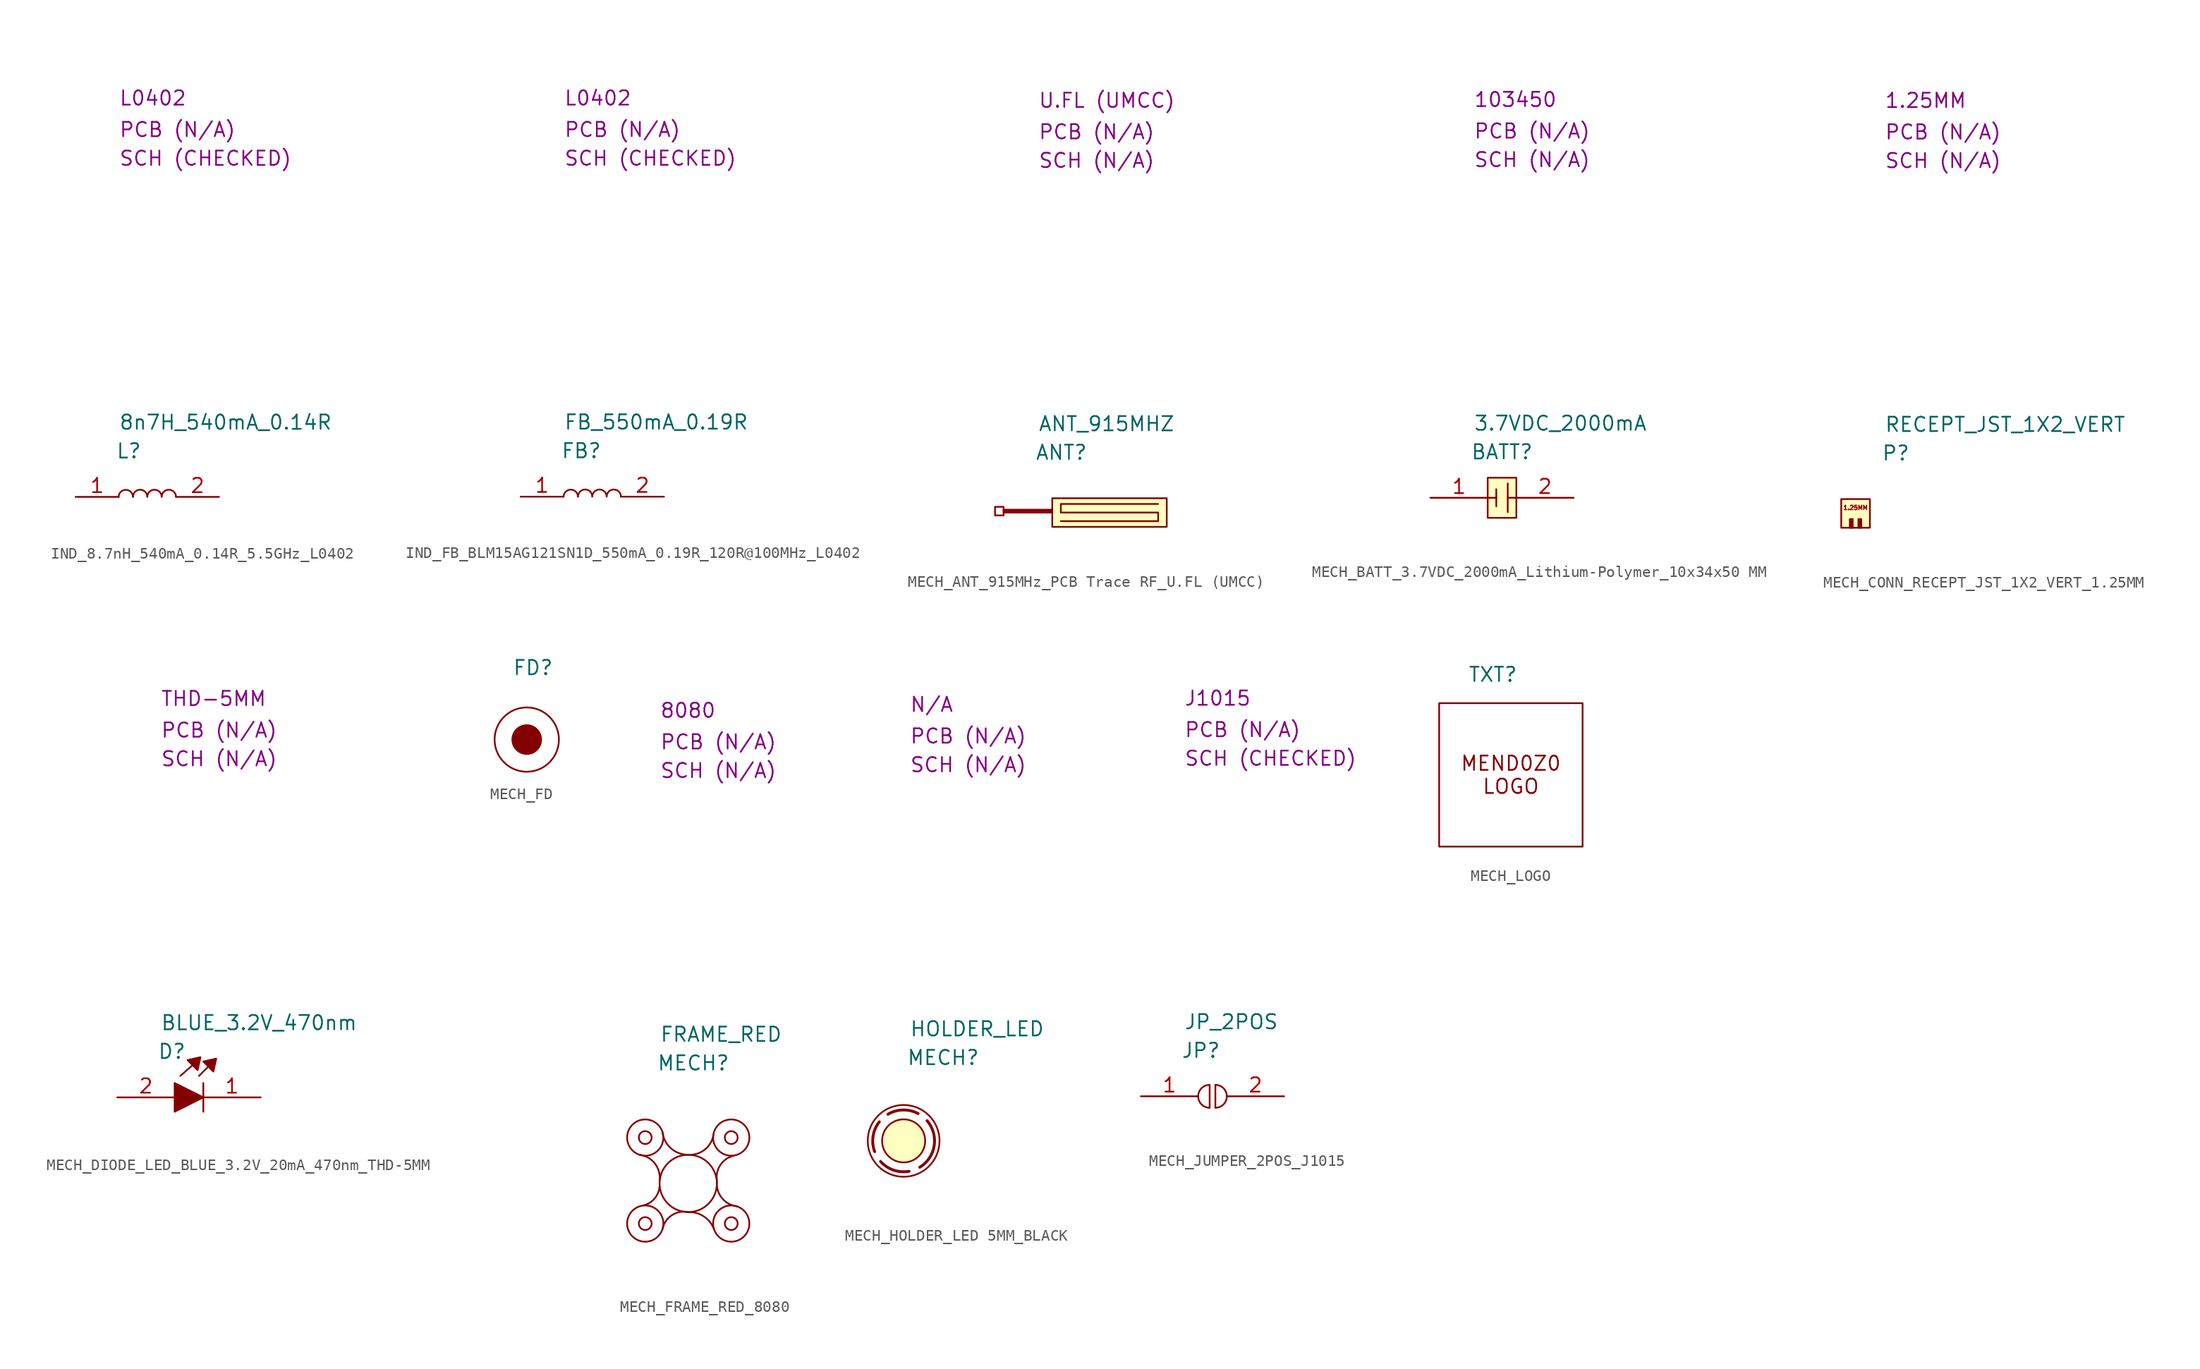
<source format=kicad_sym>
(kicad_symbol_lib
  (version 20231120)
  (generator "kicad_symbol_editor")
  (generator_version "8.0")
  (symbol "IND_8.7nH_540mA_0.14R_5.5GHz_L0402"
    (property "Reference" "L"
      (at 3.556 4.064 0)
      (effects (font (size 1.27 1.27)) (justify left)))
    (property "Value" "8n7H_540mA_0.14R"
      (at 3.81 6.604 0)
      (effects (font (size 1.27 1.27)) (justify left)))
    (property "Package" "L0402"
      (at 3.81 35.306 0)
      (effects (font (size 1.27 1.27)) (justify left)))
    (property "SCH CHECK" "SCH (CHECKED)"
      (at 3.81 29.972 0)
      (effects (font (size 1.27 1.27)) (justify left)))
    (property "PCB CHECK" "PCB (N/A)"
      (at 3.81 32.512 0)
      (effects (font (size 1.27 1.27)) (justify left)))
    (symbol "IND_8.7nH_540mA_0.14R_5.5GHz_L0402_0_1"
      (arc (start 5.08 0) (mid 4.445 0.6238) (end 3.81 0) (stroke (width 0) (type default)) (fill (type none)))
      (arc (start 6.35 0.0113) (mid 5.715 0.6351) (end 5.08 0.0113) (stroke (width 0) (type default)) (fill (type none)))
      (arc (start 7.62 0.0113) (mid 6.985 0.6351) (end 6.35 0.0113) (stroke (width 0) (type default)) (fill (type none)))
      (arc (start 8.89 0.0113) (mid 8.255 0.6351) (end 7.62 0.0113) (stroke (width 0) (type default)) (fill (type none))))
    (symbol "IND_8.7nH_540mA_0.14R_5.5GHz_L0402_1_1"
      (pin passive line (at 0 0 0) (length 3.81) (name "" (effects (font (size 1.27 1.27)))) (number "1" (effects (font (size 1.27 1.27)))))
      (pin passive line (at 12.7 0 180) (length 3.81) (name "" (effects (font (size 1.27 1.27)))) (number "2" (effects (font (size 1.27 1.27)))))))
  (symbol "IND_FB_BLM15AG121SN1D_550mA_0.19R_120R@100MHz_L0402"
    (property "Reference" "FB"
      (at 3.556 4.064 0)
      (effects (font (size 1.27 1.27)) (justify left)))
    (property "Value" "FB_550mA_0.19R"
      (at 3.81 6.604 0)
      (effects (font (size 1.27 1.27)) (justify left)))
    (property "Package" "L0402"
      (at 3.81 35.306 0)
      (effects (font (size 1.27 1.27)) (justify left)))
    (property "SCH CHECK" "SCH (CHECKED)"
      (at 3.81 29.972 0)
      (effects (font (size 1.27 1.27)) (justify left)))
    (property "PCB CHECK" "PCB (N/A)"
      (at 3.81 32.512 0)
      (effects (font (size 1.27 1.27)) (justify left)))
    (symbol "IND_FB_BLM15AG121SN1D_550mA_0.19R_120R@100MHz_L0402_0_1"
      (arc (start 5.08 0) (mid 4.445 0.6238) (end 3.81 0) (stroke (width 0) (type default)) (fill (type none)))
      (arc (start 6.35 0.0113) (mid 5.715 0.6351) (end 5.08 0.0113) (stroke (width 0) (type default)) (fill (type none)))
      (arc (start 7.62 0.0113) (mid 6.985 0.6351) (end 6.35 0.0113) (stroke (width 0) (type default)) (fill (type none)))
      (arc (start 8.89 0.0113) (mid 8.255 0.6351) (end 7.62 0.0113) (stroke (width 0) (type default)) (fill (type none))))
    (symbol "IND_FB_BLM15AG121SN1D_550mA_0.19R_120R@100MHz_L0402_1_1"
      (pin passive line (at 0 0 0) (length 3.81) (name "" (effects (font (size 1.27 1.27)))) (number "1" (effects (font (size 1.27 1.27)))))
      (pin passive line (at 12.7 0 180) (length 3.81) (name "" (effects (font (size 1.27 1.27)))) (number "2" (effects (font (size 1.27 1.27)))))))
  (symbol "MECH_ANT_915MHz_PCB Trace RF_U.FL (UMCC)"
    (property "Reference" "ANT"
      (at 3.556 4.064 0)
      (effects (font (size 1.27 1.27)) (justify left)))
    (property "Value" "ANT_915MHZ"
      (at 3.81 6.604 0)
      (effects (font (size 1.27 1.27)) (justify left)))
    (property "Package" "U.FL (UMCC)"
      (at 3.81 35.306 0)
      (effects (font (size 1.27 1.27)) (justify left)))
    (property "SCH CHECK" "SCH (N/A)"
      (at 3.81 29.972 0)
      (effects (font (size 1.27 1.27)) (justify left)))
    (property "PCB CHECK" "PCB (N/A)"
      (at 3.81 32.512 0)
      (effects (font (size 1.27 1.27)) (justify left)))
    (symbol "MECH_ANT_915MHz_PCB Trace RF_U.FL (UMCC)_1_1"
      (rectangle (start 0 -0.762) (end 0.762 -1.524) (stroke (width 0) (type default)) (fill (type none)))
      (polyline (pts (xy 14.478 -0.508) (xy 5.842 -0.508) (xy 5.842 -1.27) (xy 14.478 -1.27) (xy 14.478 -2.032) (xy 5.842 -2.032)) (stroke (width 0) (type default)) (fill (type none)))
      (rectangle (start 0.762 -1.016) (end 5.08 -1.27) (stroke (width 0) (type default)) (fill (type outline)))
      (rectangle (start 5.08 0) (end 15.24 -2.54) (stroke (width 0) (type default)) (fill (type background)))))
  (symbol "MECH_BATT_3.7VDC_2000mA_Lithium-Polymer_10x34x50 MM"
    (property "Reference" "BATT"
      (at 3.556 4.064 0)
      (effects (font (size 1.27 1.27)) (justify left)))
    (property "Value" "3.7VDC_2000mA"
      (at 3.81 6.604 0)
      (effects (font (size 1.27 1.27)) (justify left)))
    (property "Package" "103450"
      (at 3.81 35.306 0)
      (effects (font (size 1.27 1.27)) (justify left)))
    (property "SCH CHECK" "SCH (N/A)"
      (at 3.81 29.972 0)
      (effects (font (size 1.27 1.27)) (justify left)))
    (property "PCB CHECK" "PCB (N/A)"
      (at 3.81 32.512 0)
      (effects (font (size 1.27 1.27)) (justify left)))
    (symbol "MECH_BATT_3.7VDC_2000mA_Lithium-Polymer_10x34x50 MM_1_1"
      (polyline (pts (xy 5.842 0) (xy 5.08 0)) (stroke (width 0) (type default)) (fill (type none)))
      (polyline (pts (xy 5.842 0.762) (xy 5.842 -0.762)) (stroke (width 0) (type default)) (fill (type none)))
      (polyline (pts (xy 6.858 1.27) (xy 6.858 -1.27)) (stroke (width 0) (type default)) (fill (type none)))
      (polyline (pts (xy 7.62 0) (xy 6.858 0)) (stroke (width 0) (type default)) (fill (type none)))
      (rectangle (start 5.08 1.778) (end 7.62 -1.778) (stroke (width 0) (type default)) (fill (type background)))
      (pin free line (at 0 0 0) (length 5.08) (name "" (effects (font (size 1.27 1.27)))) (number "1" (effects (font (size 1.27 1.27)))))
      (pin free line (at 12.7 0 180) (length 5.08) (name "" (effects (font (size 1.27 1.27)))) (number "2" (effects (font (size 1.27 1.27)))))))
  (symbol "MECH_CONN_RECEPT_JST_1X2_VERT_1.25MM"
    (property "Reference" "P"
      (at 3.556 4.064 0)
      (effects (font (size 1.27 1.27)) (justify left)))
    (property "Value" "RECEPT_JST_1X2_VERT"
      (at 3.81 6.604 0)
      (effects (font (size 1.27 1.27)) (justify left)))
    (property "Package" "1.25MM"
      (at 3.81 35.306 0)
      (effects (font (size 1.27 1.27)) (justify left)))
    (property "SCH CHECK" "SCH (N/A)"
      (at 3.81 29.972 0)
      (effects (font (size 1.27 1.27)) (justify left)))
    (property "PCB CHECK" "PCB (N/A)"
      (at 3.81 32.512 0)
      (effects (font (size 1.27 1.27)) (justify left)))
    (symbol "MECH_CONN_RECEPT_JST_1X2_VERT_1.25MM_1_1"
      (rectangle (start 0 0) (end 2.54 -2.54) (stroke (width 0) (type default)) (fill (type background)))
      (rectangle (start 0.762 -1.778) (end 1.016 -2.54) (stroke (width 0) (type default)) (fill (type outline)))
      (rectangle (start 1.524 -1.778) (end 1.778 -2.54) (stroke (width 0) (type default)) (fill (type outline)))
      (text "1.25MM" (at 1.27 -0.762 0) (effects (font (size 0.381 0.381))))))
  (symbol "MECH_DIODE_LED_BLUE_3.2V_20mA_470nm_THD-5MM"
    (property "Reference" "D"
      (at 3.556 4.064 0)
      (effects (font (size 1.27 1.27)) (justify left)))
    (property "Value" "BLUE_3.2V_470nm"
      (at 3.81 6.604 0)
      (effects (font (size 1.27 1.27)) (justify left)))
    (property "Package" "THD-5MM"
      (at 3.81 35.306 0)
      (effects (font (size 1.27 1.27)) (justify left)))
    (property "SCH CHECK" "SCH (N/A)"
      (at 3.81 29.972 0)
      (effects (font (size 1.27 1.27)) (justify left)))
    (property "PCB CHECK" "PCB (N/A)"
      (at 3.81 32.512 0)
      (effects (font (size 1.27 1.27)) (justify left)))
    (symbol "MECH_DIODE_LED_BLUE_3.2V_20mA_470nm_THD-5MM_0_1"
      (polyline (pts (xy 5.588 1.905) (xy 6.604 2.794)) (stroke (width 0) (type default)) (fill (type none)))
      (polyline (pts (xy 7.239 1.905) (xy 8.001 2.667)) (stroke (width 0) (type default)) (fill (type none)))
      (polyline (pts (xy 7.62 -1.27) (xy 7.62 1.27)) (stroke (width 0) (type default)) (fill (type none)))
      (polyline (pts (xy 5.08 1.27) (xy 5.08 -1.27) (xy 7.62 0) (xy 5.08 1.27)) (stroke (width 0) (type default)) (fill (type outline)))
      (polyline (pts (xy 6.223 3.302) (xy 7.112 2.413) (xy 7.366 3.556) (xy 6.223 3.302)) (stroke (width 0) (type default)) (fill (type outline)))
      (polyline (pts (xy 7.62 3.175) (xy 8.509 2.286) (xy 8.763 3.429) (xy 7.62 3.175)) (stroke (width 0) (type default)) (fill (type outline))))
    (symbol "MECH_DIODE_LED_BLUE_3.2V_20mA_470nm_THD-5MM_1_1"
      (pin free line (at 12.7 0 180) (length 5.08) (name "" (effects (font (size 1.27 1.27)))) (number "1" (effects (font (size 1.27 1.27)))))
      (pin free line (at 0 0 0) (length 5.08) (name "" (effects (font (size 1.27 1.27)))) (number "2" (effects (font (size 1.27 1.27)))))))
  (symbol "MECH_FD"
    (property "Reference" "FD"
      (at 2.54 2.54 0)
      (effects (font (size 1.27 1.27)) (justify left)))
    (property "Value" ""
      (at 0 0 0)
      (effects (font (size 1.27 1.27)) (justify left)))
    (symbol "MECH_FD_0_1"
      (circle (center 3.81 -3.81) (radius 1.27) (stroke (width 0) (type default)) (fill (type outline)))
      (circle (center 3.81 -3.81) (radius 2.84) (stroke (width 0) (type default)) (fill (type none)))))
  (symbol "MECH_FRAME_RED_8080"
    (property "Reference" "MECH"
      (at 3.556 4.064 0)
      (effects (font (size 1.27 1.27)) (justify left)))
    (property "Value" "FRAME_RED"
      (at 3.81 6.604 0)
      (effects (font (size 1.27 1.27)) (justify left)))
    (property "Package" "8080"
      (at 3.81 35.306 0)
      (effects (font (size 1.27 1.27)) (justify left)))
    (property "SCH CHECK" "SCH (N/A)"
      (at 3.81 29.972 0)
      (effects (font (size 1.27 1.27)) (justify left)))
    (property "PCB CHECK" "PCB (N/A)"
      (at 3.81 32.512 0)
      (effects (font (size 1.27 1.27)) (justify left)))
    (symbol "MECH_FRAME_RED_8080_1_1"
      (arc (start 2.3839 -8.5517) (mid 3.3728 -7.9371) (end 3.81 -6.858) (stroke (width 0) (type default)) (fill (type none)))
      (circle (center 2.54 -10.16) (radius 0.568) (stroke (width 0) (type default)) (fill (type none)))
      (circle (center 2.54 -10.16) (radius 1.606) (stroke (width 0) (type default)) (fill (type none)))
      (circle (center 2.54 -2.54) (radius 0.568) (stroke (width 0) (type default)) (fill (type none)))
      (circle (center 2.54 -2.54) (radius 1.606) (stroke (width 0) (type default)) (fill (type none)))
      (arc (start 3.81 -6.35) (mid 3.3944 -4.8388) (end 2.032 -4.064) (stroke (width 0) (type default)) (fill (type none)))
      (arc (start 4.064 -2.032) (mid 4.8144 -3.4897) (end 6.35 -4.064) (stroke (width 0) (type default)) (fill (type none)))
      (arc (start 6.35 -9.144) (mid 4.8879 -9.4273) (end 4.064 -10.668) (stroke (width 0) (type default)) (fill (type none)))
      (circle (center 6.35 -6.604) (radius 2.54) (stroke (width 0) (type default)) (fill (type none)))
      (arc (start 6.35 -4.064) (mid 7.8165 -3.606) (end 8.5898 -2.2785) (stroke (width 0) (type default)) (fill (type none)))
      (arc (start 8.636 -10.668) (mid 7.7411 -9.5339) (end 6.35 -9.144) (stroke (width 0) (type default)) (fill (type none)))
      (arc (start 8.89 -6.35) (mid 9.3056 -7.8612) (end 10.668 -8.636) (stroke (width 0) (type default)) (fill (type none)))
      (circle (center 10.16 -10.16) (radius 0.568) (stroke (width 0) (type default)) (fill (type none)))
      (circle (center 10.16 -10.16) (radius 1.606) (stroke (width 0) (type default)) (fill (type none)))
      (circle (center 10.16 -2.54) (radius 0.568) (stroke (width 0) (type default)) (fill (type none)))
      (circle (center 10.16 -2.54) (radius 1.606) (stroke (width 0) (type default)) (fill (type none)))
      (arc (start 10.359 -4.1569) (mid 9.1947 -4.9656) (end 8.89 -6.35) (stroke (width 0) (type default)) (fill (type none)))))
  (symbol "MECH_HOLDER_LED 5MM_BLACK"
    (property "Reference" "MECH"
      (at 3.556 4.064 0)
      (effects (font (size 1.27 1.27)) (justify left)))
    (property "Value" "HOLDER_LED"
      (at 3.81 6.604 0)
      (effects (font (size 1.27 1.27)) (justify left)))
    (property "Package" "N/A"
      (at 3.81 35.306 0)
      (effects (font (size 1.27 1.27)) (justify left)))
    (property "SCH CHECK" "SCH (N/A)"
      (at 3.81 29.972 0)
      (effects (font (size 1.27 1.27)) (justify left)))
    (property "PCB CHECK" "PCB (N/A)"
      (at 3.81 32.512 0)
      (effects (font (size 1.27 1.27)) (justify left)))
    (symbol "MECH_HOLDER_LED 5MM_BLACK_1_1"
      (circle (center 3.302 -3.302) (radius 1.905) (stroke (width 0) (type default)) (fill (type background)))
      (circle (center 3.302 -3.302) (radius 2.736) (stroke (width 0.254) (type dash)) (fill (type none)))
      (circle (center 3.302 -3.302) (radius 3.175) (stroke (width 0) (type default)) (fill (type none)))))
  (symbol "MECH_JUMPER_2POS_J1015"
    (property "Reference" "JP"
      (at 3.556 4.064 0)
      (effects (font (size 1.27 1.27)) (justify left)))
    (property "Value" "JP_2POS"
      (at 3.81 6.604 0)
      (effects (font (size 1.27 1.27)) (justify left)))
    (property "Package" "J1015"
      (at 3.81 35.306 0)
      (effects (font (size 1.27 1.27)) (justify left)))
    (property "SCH CHECK" "SCH (CHECKED)"
      (at 3.81 29.972 0)
      (effects (font (size 1.27 1.27)) (justify left)))
    (property "PCB CHECK" "PCB (N/A)"
      (at 3.81 32.512 0)
      (effects (font (size 1.27 1.27)) (justify left)))
    (symbol "MECH_JUMPER_2POS_J1015_0_1"
      (polyline (pts (xy 6.096 1.016) (xy 6.096 -1.016)) (stroke (width 0) (type default)) (fill (type none)))
      (polyline (pts (xy 6.604 1.016) (xy 6.604 -1.016)) (stroke (width 0) (type default)) (fill (type none)))
      (arc (start 6.096 1.016) (mid 5.08 0) (end 6.096 -1.016) (stroke (width 0) (type default)) (fill (type none)))
      (arc (start 6.604 -1.016) (mid 7.62 0) (end 6.604 1.016) (stroke (width 0) (type default)) (fill (type none))))
    (symbol "MECH_JUMPER_2POS_J1015_1_1"
      (pin passive line (at 0 0 0) (length 5.08) (name "" (effects (font (size 1.27 1.27)))) (number "1" (effects (font (size 1.27 1.27)))))
      (pin passive line (at 12.7 0 180) (length 5.08) (name "" (effects (font (size 1.27 1.27)))) (number "2" (effects (font (size 1.27 1.27)))))))
  (symbol "MECH_LOGO"
    (property "Reference" "TXT"
      (at 2.54 2.54 0)
      (effects (font (size 1.27 1.27)) (justify left)))
    (property "Value" ""
      (at 0 0 0)
      (effects (font (size 1.27 1.27)) (justify left)))
    (symbol "MECH_LOGO_0_0"
      (rectangle (start 0 0) (end 12.7 -12.7) (stroke (width 0) (type default)) (fill (type none)))
      (text "MEND0Z0\nLOGO" (at 6.35 -6.35 0) (effects (font (size 1.27 1.27)))))))
</source>
